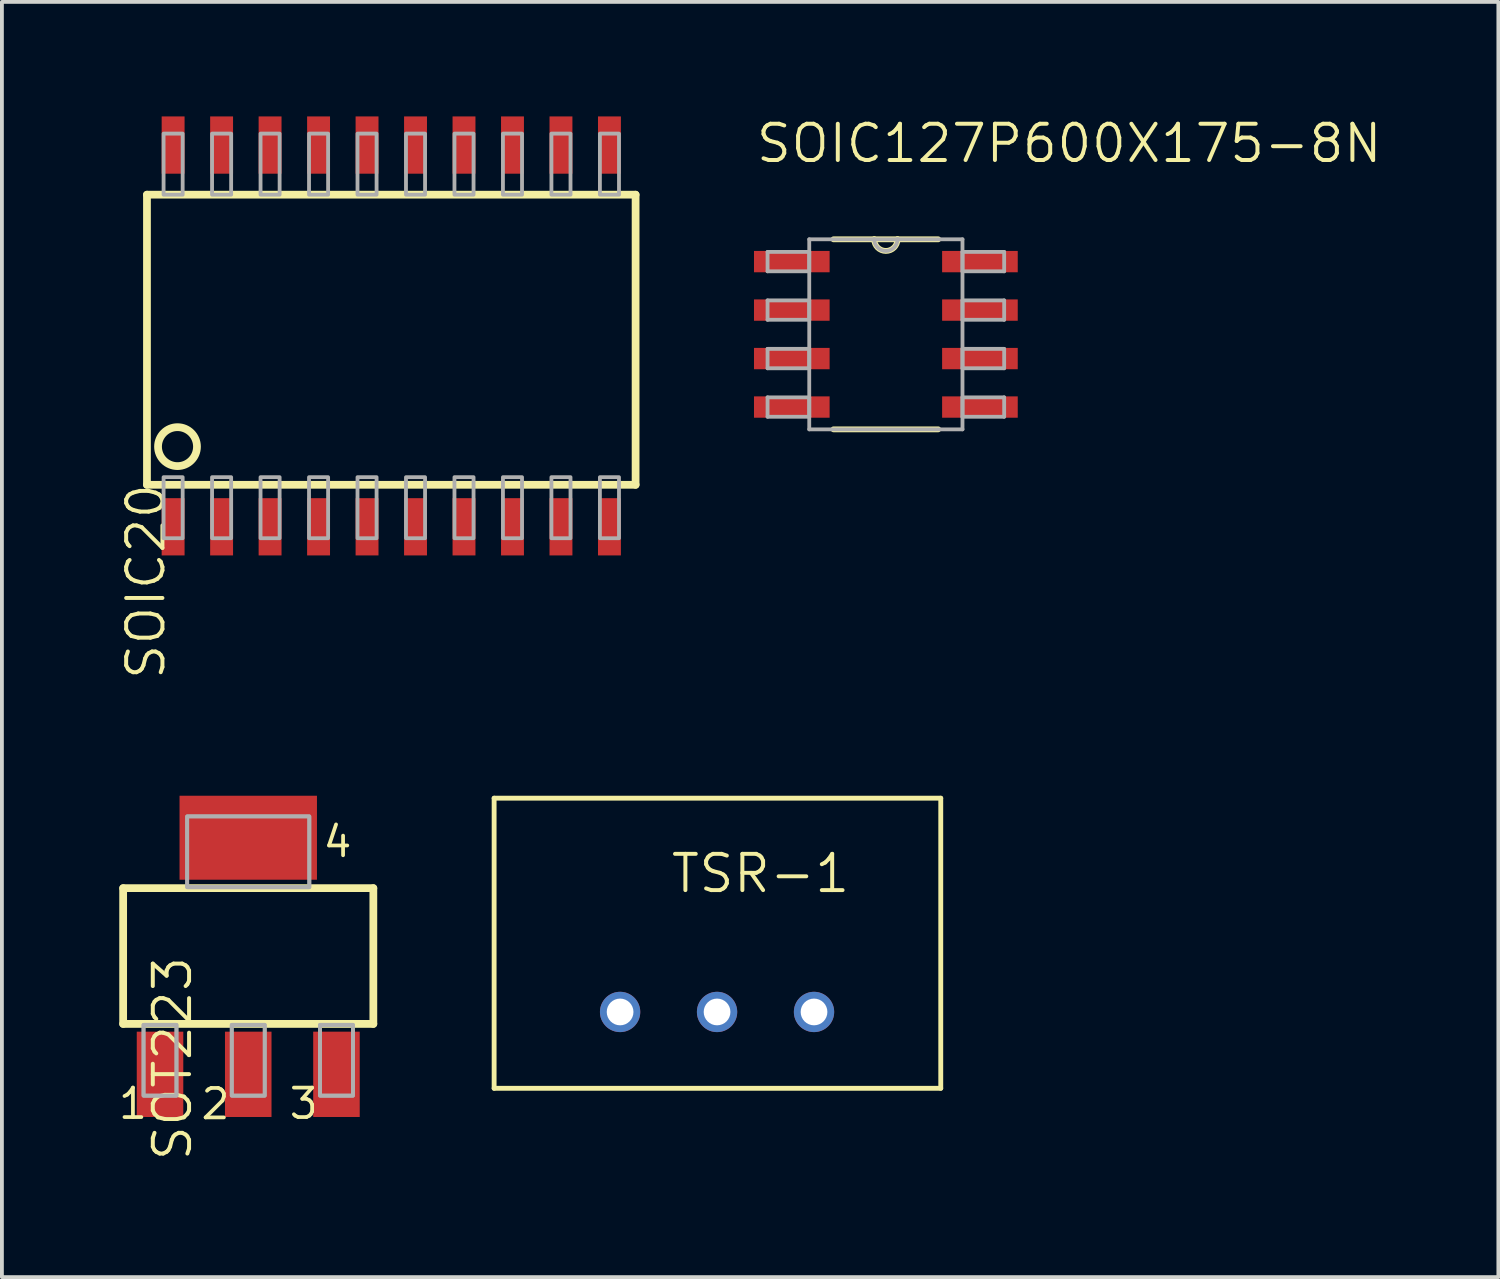
<source format=kicad_pcb>
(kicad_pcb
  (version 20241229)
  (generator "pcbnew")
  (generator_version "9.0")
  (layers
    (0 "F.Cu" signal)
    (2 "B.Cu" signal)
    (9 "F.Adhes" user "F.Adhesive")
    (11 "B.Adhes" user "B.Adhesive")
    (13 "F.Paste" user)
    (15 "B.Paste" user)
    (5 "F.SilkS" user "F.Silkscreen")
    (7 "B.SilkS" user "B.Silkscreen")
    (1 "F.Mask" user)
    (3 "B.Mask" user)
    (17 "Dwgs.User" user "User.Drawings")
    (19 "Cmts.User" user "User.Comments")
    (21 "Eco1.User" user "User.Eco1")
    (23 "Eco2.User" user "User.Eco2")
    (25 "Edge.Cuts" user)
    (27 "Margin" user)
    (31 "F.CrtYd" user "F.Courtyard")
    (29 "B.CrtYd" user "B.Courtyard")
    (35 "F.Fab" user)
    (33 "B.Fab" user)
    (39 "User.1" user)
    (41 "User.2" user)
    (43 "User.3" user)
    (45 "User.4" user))
  (footprint "SOIC127P600X175-8N"
    (layer "F.Cu")
    (at 20.156 5.708)
    (property "Reference" "SOIC127P600X175-8N" (at -3.454 -4.445 180) (layer "F.SilkS") (effects (font (size 0.95 0.95) (thickness 0.104)) (justify left bottom)))
    (attr through_hole)
    (fp_line (start -1.372 2.489) (end 1.372 2.489) (stroke (width 0.152) (type solid)) (layer "F.SilkS"))
    (fp_line (start -0.305 -2.489) (end -1.372 -2.489) (stroke (width 0.152) (type solid)) (layer "F.SilkS"))
    (fp_line (start 0.305 -2.489) (end -0.305 -2.489) (stroke (width 0.152) (type solid)) (layer "F.SilkS"))
    (fp_line (start 1.372 -2.489) (end 0.305 -2.489) (stroke (width 0.152) (type solid)) (layer "F.SilkS"))
    (fp_arc (start 0.3048 -2.4892) (mid 0 -2.1844) (end -0.3048 -2.4892) (stroke (width 0.1524) (type solid)) (layer "F.SilkS"))
    (fp_line (start -3.099 -2.159) (end -3.099 -1.651) (stroke (width 0.1) (type solid)) (layer "F.Fab"))
    (fp_line (start -3.099 -1.651) (end -2.007 -1.651) (stroke (width 0.1) (type solid)) (layer "F.Fab"))
    (fp_line (start -3.099 -0.889) (end -3.099 -0.381) (stroke (width 0.1) (type solid)) (layer "F.Fab"))
    (fp_line (start -3.099 -0.381) (end -2.007 -0.381) (stroke (width 0.1) (type solid)) (layer "F.Fab"))
    (fp_line (start -3.099 0.381) (end -3.099 0.889) (stroke (width 0.1) (type solid)) (layer "F.Fab"))
    (fp_line (start -3.099 0.889) (end -2.007 0.889) (stroke (width 0.1) (type solid)) (layer "F.Fab"))
    (fp_line (start -3.099 1.651) (end -3.099 2.159) (stroke (width 0.1) (type solid)) (layer "F.Fab"))
    (fp_line (start -3.099 2.159) (end -2.007 2.159) (stroke (width 0.1) (type solid)) (layer "F.Fab"))
    (fp_line (start -2.007 -2.489) (end -2.007 2.489) (stroke (width 0.1) (type solid)) (layer "F.Fab"))
    (fp_line (start -2.007 -2.159) (end -3.099 -2.159) (stroke (width 0.1) (type solid)) (layer "F.Fab"))
    (fp_line (start -2.007 -1.651) (end -2.007 -2.159) (stroke (width 0.1) (type solid)) (layer "F.Fab"))
    (fp_line (start -2.007 -0.889) (end -3.099 -0.889) (stroke (width 0.1) (type solid)) (layer "F.Fab"))
    (fp_line (start -2.007 -0.381) (end -2.007 -0.889) (stroke (width 0.1) (type solid)) (layer "F.Fab"))
    (fp_line (start -2.007 0.381) (end -3.099 0.381) (stroke (width 0.1) (type solid)) (layer "F.Fab"))
    (fp_line (start -2.007 0.889) (end -2.007 0.381) (stroke (width 0.1) (type solid)) (layer "F.Fab"))
    (fp_line (start -2.007 1.651) (end -3.099 1.651) (stroke (width 0.1) (type solid)) (layer "F.Fab"))
    (fp_line (start -2.007 2.159) (end -2.007 1.651) (stroke (width 0.1) (type solid)) (layer "F.Fab"))
    (fp_line (start -2.007 2.489) (end 2.007 2.489) (stroke (width 0.1) (type solid)) (layer "F.Fab"))
    (fp_line (start -0.305 -2.489) (end -2.007 -2.489) (stroke (width 0.1) (type solid)) (layer "F.Fab"))
    (fp_line (start 0.305 -2.489) (end -0.305 -2.489) (stroke (width 0.1) (type solid)) (layer "F.Fab"))
    (fp_line (start 2.007 -2.489) (end 0.305 -2.489) (stroke (width 0.1) (type solid)) (layer "F.Fab"))
    (fp_line (start 2.007 -2.159) (end 2.007 -1.651) (stroke (width 0.1) (type solid)) (layer "F.Fab"))
    (fp_line (start 2.007 -1.651) (end 3.099 -1.651) (stroke (width 0.1) (type solid)) (layer "F.Fab"))
    (fp_line (start 2.007 -0.889) (end 2.007 -0.381) (stroke (width 0.1) (type solid)) (layer "F.Fab"))
    (fp_line (start 2.007 -0.381) (end 3.099 -0.381) (stroke (width 0.1) (type solid)) (layer "F.Fab"))
    (fp_line (start 2.007 0.381) (end 2.007 0.889) (stroke (width 0.1) (type solid)) (layer "F.Fab"))
    (fp_line (start 2.007 0.889) (end 3.099 0.889) (stroke (width 0.1) (type solid)) (layer "F.Fab"))
    (fp_line (start 2.007 1.651) (end 2.007 2.159) (stroke (width 0.1) (type solid)) (layer "F.Fab"))
    (fp_line (start 2.007 2.159) (end 3.099 2.159) (stroke (width 0.1) (type solid)) (layer "F.Fab"))
    (fp_line (start 2.007 2.489) (end 2.007 -2.489) (stroke (width 0.1) (type solid)) (layer "F.Fab"))
    (fp_line (start 3.099 -2.159) (end 2.007 -2.159) (stroke (width 0.1) (type solid)) (layer "F.Fab"))
    (fp_line (start 3.099 -1.651) (end 3.099 -2.159) (stroke (width 0.1) (type solid)) (layer "F.Fab"))
    (fp_line (start 3.099 -0.889) (end 2.007 -0.889) (stroke (width 0.1) (type solid)) (layer "F.Fab"))
    (fp_line (start 3.099 -0.381) (end 3.099 -0.889) (stroke (width 0.1) (type solid)) (layer "F.Fab"))
    (fp_line (start 3.099 0.381) (end 2.007 0.381) (stroke (width 0.1) (type solid)) (layer "F.Fab"))
    (fp_line (start 3.099 0.889) (end 3.099 0.381) (stroke (width 0.1) (type solid)) (layer "F.Fab"))
    (fp_line (start 3.099 1.651) (end 2.007 1.651) (stroke (width 0.1) (type solid)) (layer "F.Fab"))
    (fp_line (start 3.099 2.159) (end 3.099 1.651) (stroke (width 0.1) (type solid)) (layer "F.Fab"))
    (fp_arc (start 0.3048 -2.4892) (mid 0 -2.1844) (end -0.3048 -2.4892) (stroke (width 0.1) (type solid)) (layer "F.Fab"))
    (pad "1" smd rect (at -2.464 -1.905) (size 1.981 0.559) (layers "F.Cu" "F.Mask" "F.Paste"))
    (pad "2" smd rect (at -2.464 -0.635) (size 1.981 0.559) (layers "F.Cu" "F.Mask" "F.Paste"))
    (pad "3" smd rect (at -2.464 0.635) (size 1.981 0.559) (layers "F.Cu" "F.Mask" "F.Paste"))
    (pad "4" smd rect (at -2.464 1.905) (size 1.981 0.559) (layers "F.Cu" "F.Mask" "F.Paste"))
    (pad "5" smd rect (at 2.464 1.905) (size 1.981 0.559) (layers "F.Cu" "F.Mask" "F.Paste"))
    (pad "6" smd rect (at 2.464 0.635) (size 1.981 0.559) (layers "F.Cu" "F.Mask" "F.Paste"))
    (pad "7" smd rect (at 2.464 -0.635) (size 1.981 0.559) (layers "F.Cu" "F.Mask" "F.Paste"))
    (pad "8" smd rect (at 2.464 -1.905) (size 1.981 0.559) (layers "F.Cu" "F.Mask" "F.Paste")))
  (footprint "TSR-1"
    (layer "F.Cu")
    (at 15.744 21.659)
    (property "Reference" "TSR-1" (at -1.27 -1.27 0) (layer "F.SilkS") (effects (font (size 0.95 0.95) (thickness 0.104)) (justify left bottom)))
    (attr through_hole)
    (fp_line (start -5.85 -3.8) (end 5.85 -3.8) (stroke (width 0.127) (type solid)) (layer "F.SilkS"))
    (fp_line (start -5.85 3.8) (end -5.85 -3.8) (stroke (width 0.127) (type solid)) (layer "F.SilkS"))
    (fp_line (start 5.85 -3.8) (end 5.85 3.8) (stroke (width 0.127) (type solid)) (layer "F.SilkS"))
    (fp_line (start 5.85 3.8) (end -5.85 3.8) (stroke (width 0.127) (type solid)) (layer "F.SilkS"))
    (pad "P$1" thru_hole circle (at -2.55 1.8 90) (size 1.056 1.056) (drill 0.7) (layers "*.Cu" "*.Mask"))
    (pad "P$2" thru_hole circle (at -0.01 1.8 90) (size 1.056 1.056) (drill 0.7) (layers "*.Cu" "*.Mask"))
    (pad "P$3" thru_hole circle (at 2.53 1.8 90) (size 1.056 1.056) (drill 0.7) (layers "*.Cu" "*.Mask")))
  (footprint "SOT223"
    (layer "F.Cu")
    (at 3.453 21.994)
    (property "Reference" "SOT223" (at -2.54 -0.051 270) (layer "F.SilkS") (effects (font (size 0.95 0.95) (thickness 0.104)) (justify right top)))
    (attr through_hole)
    (fp_line (start -3.277 -1.778) (end 3.277 -1.778) (stroke (width 0.203) (type solid)) (layer "F.SilkS"))
    (fp_line (start -3.277 1.778) (end -3.277 -1.778) (stroke (width 0.203) (type solid)) (layer "F.SilkS"))
    (fp_line (start 3.277 -1.778) (end 3.277 1.778) (stroke (width 0.203) (type solid)) (layer "F.SilkS"))
    (fp_line (start 3.277 1.778) (end -3.277 1.778) (stroke (width 0.203) (type solid)) (layer "F.SilkS"))
    (fp_poly (pts (xy -2.743 3.658) (xy -1.88 3.658) (xy -1.88 1.803) (xy -2.743 1.803)) (stroke (width 0.1) (type solid)) (fill no) (layer "F.Fab"))
    (fp_poly (pts (xy -2.743 3.658) (xy -1.88 3.658) (xy -1.88 1.803) (xy -2.743 1.803)) (stroke (width 0.1) (type solid)) (fill no) (layer "F.Fab"))
    (fp_poly (pts (xy -1.6 -1.803) (xy 1.6 -1.803) (xy 1.6 -3.658) (xy -1.6 -3.658)) (stroke (width 0.1) (type solid)) (fill no) (layer "F.Fab"))
    (fp_poly (pts (xy -1.6 -1.803) (xy 1.6 -1.803) (xy 1.6 -3.658) (xy -1.6 -3.658)) (stroke (width 0.1) (type solid)) (fill no) (layer "F.Fab"))
    (fp_poly (pts (xy -0.432 3.658) (xy 0.432 3.658) (xy 0.432 1.803) (xy -0.432 1.803)) (stroke (width 0.1) (type solid)) (fill no) (layer "F.Fab"))
    (fp_poly (pts (xy -0.432 3.658) (xy 0.432 3.658) (xy 0.432 1.803) (xy -0.432 1.803)) (stroke (width 0.1) (type solid)) (fill no) (layer "F.Fab"))
    (fp_poly (pts (xy 1.88 3.658) (xy 2.743 3.658) (xy 2.743 1.803) (xy 1.88 1.803)) (stroke (width 0.1) (type solid)) (fill no) (layer "F.Fab"))
    (fp_poly (pts (xy 1.88 3.658) (xy 2.743 3.658) (xy 2.743 1.803) (xy 1.88 1.803)) (stroke (width 0.1) (type solid)) (fill no) (layer "F.Fab"))
    (fp_text user "4" (at 1.905 -2.54 0) (layer "F.SilkS") (effects (font (size 0.772 0.772) (thickness 0.098)) (justify left bottom)))
    (fp_text user "3" (at 1.021 4.318 0) (layer "F.SilkS") (effects (font (size 0.772 0.772) (thickness 0.098)) (justify left bottom)))
    (fp_text user "2" (at -1.291 4.327 0) (layer "F.SilkS") (effects (font (size 0.772 0.772) (thickness 0.098)) (justify left bottom)))
    (fp_text user "1" (at -3.453 4.318 0) (layer "F.SilkS") (effects (font (size 0.772 0.772) (thickness 0.098)) (justify left bottom)))
    (pad "1" smd rect (at -2.311 3.099) (size 1.219 2.235) (layers "F.Cu" "F.Mask" "F.Paste"))
    (pad "2" smd rect (at 0 3.099) (size 1.219 2.235) (layers "F.Cu" "F.Mask" "F.Paste"))
    (pad "3" smd rect (at 2.311 3.099) (size 1.219 2.235) (layers "F.Cu" "F.Mask" "F.Paste"))
    (pad "4" smd rect (at 0 -3.099) (size 3.6 2.2) (layers "F.Cu" "F.Mask" "F.Paste")))
  (footprint "SOIC20"
    (layer "F.Cu")
    (at 0.85 9.56)
    (property "Reference" "SOIC20" (at -0.635 0 270) (layer "F.SilkS") (effects (font (size 0.95 0.95) (thickness 0.104)) (justify right top)))
    (attr through_hole)
    (fp_line (start -0.05 -7.51) (end -0.05 0.09) (stroke (width 0.203) (type solid)) (layer "F.SilkS"))
    (fp_line (start -0.05 0.09) (end 12.75 0.09) (stroke (width 0.203) (type solid)) (layer "F.SilkS"))
    (fp_line (start 12.75 -7.51) (end -0.05 -7.51) (stroke (width 0.203) (type solid)) (layer "F.SilkS"))
    (fp_line (start 12.75 0.09) (end 12.75 -7.51) (stroke (width 0.203) (type solid)) (layer "F.SilkS"))
    (fp_circle (center 0.75 -0.91) (end 1.26 -0.91) (stroke (width 0.203) (type solid)) (fill no) (layer "F.SilkS"))
    (fp_poly (pts (xy 0.385 -7.51) (xy 0.885 -7.51) (xy 0.885 -9.11) (xy 0.385 -9.11)) (stroke (width 0.1) (type solid)) (fill no) (layer "F.Fab"))
    (fp_poly (pts (xy 0.385 1.49) (xy 0.885 1.49) (xy 0.885 -0.11) (xy 0.385 -0.11)) (stroke (width 0.1) (type solid)) (fill no) (layer "F.Fab"))
    (fp_poly (pts (xy 1.655 -7.51) (xy 2.155 -7.51) (xy 2.155 -9.11) (xy 1.655 -9.11)) (stroke (width 0.1) (type solid)) (fill no) (layer "F.Fab"))
    (fp_poly (pts (xy 1.655 1.49) (xy 2.155 1.49) (xy 2.155 -0.11) (xy 1.655 -0.11)) (stroke (width 0.1) (type solid)) (fill no) (layer "F.Fab"))
    (fp_poly (pts (xy 2.925 -7.51) (xy 3.425 -7.51) (xy 3.425 -9.11) (xy 2.925 -9.11)) (stroke (width 0.1) (type solid)) (fill no) (layer "F.Fab"))
    (fp_poly (pts (xy 2.925 1.49) (xy 3.425 1.49) (xy 3.425 -0.11) (xy 2.925 -0.11)) (stroke (width 0.1) (type solid)) (fill no) (layer "F.Fab"))
    (fp_poly (pts (xy 4.195 -7.51) (xy 4.695 -7.51) (xy 4.695 -9.11) (xy 4.195 -9.11)) (stroke (width 0.1) (type solid)) (fill no) (layer "F.Fab"))
    (fp_poly (pts (xy 4.195 1.49) (xy 4.695 1.49) (xy 4.695 -0.11) (xy 4.195 -0.11)) (stroke (width 0.1) (type solid)) (fill no) (layer "F.Fab"))
    (fp_poly (pts (xy 5.465 -7.51) (xy 5.965 -7.51) (xy 5.965 -9.11) (xy 5.465 -9.11)) (stroke (width 0.1) (type solid)) (fill no) (layer "F.Fab"))
    (fp_poly (pts (xy 5.465 1.49) (xy 5.965 1.49) (xy 5.965 -0.11) (xy 5.465 -0.11)) (stroke (width 0.1) (type solid)) (fill no) (layer "F.Fab"))
    (fp_poly (pts (xy 6.735 -7.51) (xy 7.235 -7.51) (xy 7.235 -9.11) (xy 6.735 -9.11)) (stroke (width 0.1) (type solid)) (fill no) (layer "F.Fab"))
    (fp_poly (pts (xy 6.735 1.49) (xy 7.235 1.49) (xy 7.235 -0.11) (xy 6.735 -0.11)) (stroke (width 0.1) (type solid)) (fill no) (layer "F.Fab"))
    (fp_poly (pts (xy 8.005 -7.51) (xy 8.505 -7.51) (xy 8.505 -9.11) (xy 8.005 -9.11)) (stroke (width 0.1) (type solid)) (fill no) (layer "F.Fab"))
    (fp_poly (pts (xy 8.005 1.49) (xy 8.505 1.49) (xy 8.505 -0.11) (xy 8.005 -0.11)) (stroke (width 0.1) (type solid)) (fill no) (layer "F.Fab"))
    (fp_poly (pts (xy 9.275 -7.51) (xy 9.775 -7.51) (xy 9.775 -9.11) (xy 9.275 -9.11)) (stroke (width 0.1) (type solid)) (fill no) (layer "F.Fab"))
    (fp_poly (pts (xy 9.275 1.49) (xy 9.775 1.49) (xy 9.775 -0.11) (xy 9.275 -0.11)) (stroke (width 0.1) (type solid)) (fill no) (layer "F.Fab"))
    (fp_poly (pts (xy 10.545 -7.51) (xy 11.045 -7.51) (xy 11.045 -9.11) (xy 10.545 -9.11)) (stroke (width 0.1) (type solid)) (fill no) (layer "F.Fab"))
    (fp_poly (pts (xy 10.545 1.49) (xy 11.045 1.49) (xy 11.045 -0.11) (xy 10.545 -0.11)) (stroke (width 0.1) (type solid)) (fill no) (layer "F.Fab"))
    (fp_poly (pts (xy 11.815 -7.51) (xy 12.315 -7.51) (xy 12.315 -9.11) (xy 11.815 -9.11)) (stroke (width 0.1) (type solid)) (fill no) (layer "F.Fab"))
    (fp_poly (pts (xy 11.815 1.49) (xy 12.315 1.49) (xy 12.315 -0.11) (xy 11.815 -0.11)) (stroke (width 0.1) (type solid)) (fill no) (layer "F.Fab"))
    (pad "1" smd rect (at 0.635 1.19) (size 0.6 1.5) (layers "F.Cu" "F.Mask" "F.Paste"))
    (pad "2" smd rect (at 1.905 1.19) (size 0.6 1.5) (layers "F.Cu" "F.Mask" "F.Paste"))
    (pad "3" smd rect (at 3.175 1.19) (size 0.6 1.5) (layers "F.Cu" "F.Mask" "F.Paste"))
    (pad "4" smd rect (at 4.445 1.19) (size 0.6 1.5) (layers "F.Cu" "F.Mask" "F.Paste"))
    (pad "5" smd rect (at 5.715 1.19) (size 0.6 1.5) (layers "F.Cu" "F.Mask" "F.Paste"))
    (pad "6" smd rect (at 6.985 1.19) (size 0.6 1.5) (layers "F.Cu" "F.Mask" "F.Paste"))
    (pad "7" smd rect (at 8.255 1.19) (size 0.6 1.5) (layers "F.Cu" "F.Mask" "F.Paste"))
    (pad "8" smd rect (at 9.525 1.19) (size 0.6 1.5) (layers "F.Cu" "F.Mask" "F.Paste"))
    (pad "9" smd rect (at 10.795 1.19) (size 0.6 1.5) (layers "F.Cu" "F.Mask" "F.Paste"))
    (pad "10" smd rect (at 12.065 1.19) (size 0.6 1.5) (layers "F.Cu" "F.Mask" "F.Paste"))
    (pad "11" smd rect (at 12.065 -8.81) (size 0.6 1.5) (layers "F.Cu" "F.Mask" "F.Paste"))
    (pad "12" smd rect (at 10.795 -8.81) (size 0.6 1.5) (layers "F.Cu" "F.Mask" "F.Paste"))
    (pad "13" smd rect (at 9.525 -8.81) (size 0.6 1.5) (layers "F.Cu" "F.Mask" "F.Paste"))
    (pad "14" smd rect (at 8.255 -8.81) (size 0.6 1.5) (layers "F.Cu" "F.Mask" "F.Paste"))
    (pad "15" smd rect (at 6.985 -8.81) (size 0.6 1.5) (layers "F.Cu" "F.Mask" "F.Paste"))
    (pad "16" smd rect (at 5.715 -8.81) (size 0.6 1.5) (layers "F.Cu" "F.Mask" "F.Paste"))
    (pad "17" smd rect (at 4.445 -8.81) (size 0.6 1.5) (layers "F.Cu" "F.Mask" "F.Paste"))
    (pad "18" smd rect (at 3.175 -8.81) (size 0.6 1.5) (layers "F.Cu" "F.Mask" "F.Paste"))
    (pad "19" smd rect (at 1.905 -8.81) (size 0.6 1.5) (layers "F.Cu" "F.Mask" "F.Paste"))
    (pad "20" smd rect (at 0.635 -8.81) (size 0.6 1.5) (layers "F.Cu" "F.Mask" "F.Paste")))
  (gr_rect
    (start -3 -3)
    (end 36.201 30.405)
    (stroke (width 0.1) (type default))
    (fill no)
    (layer "Edge.Cuts")))
</source>
